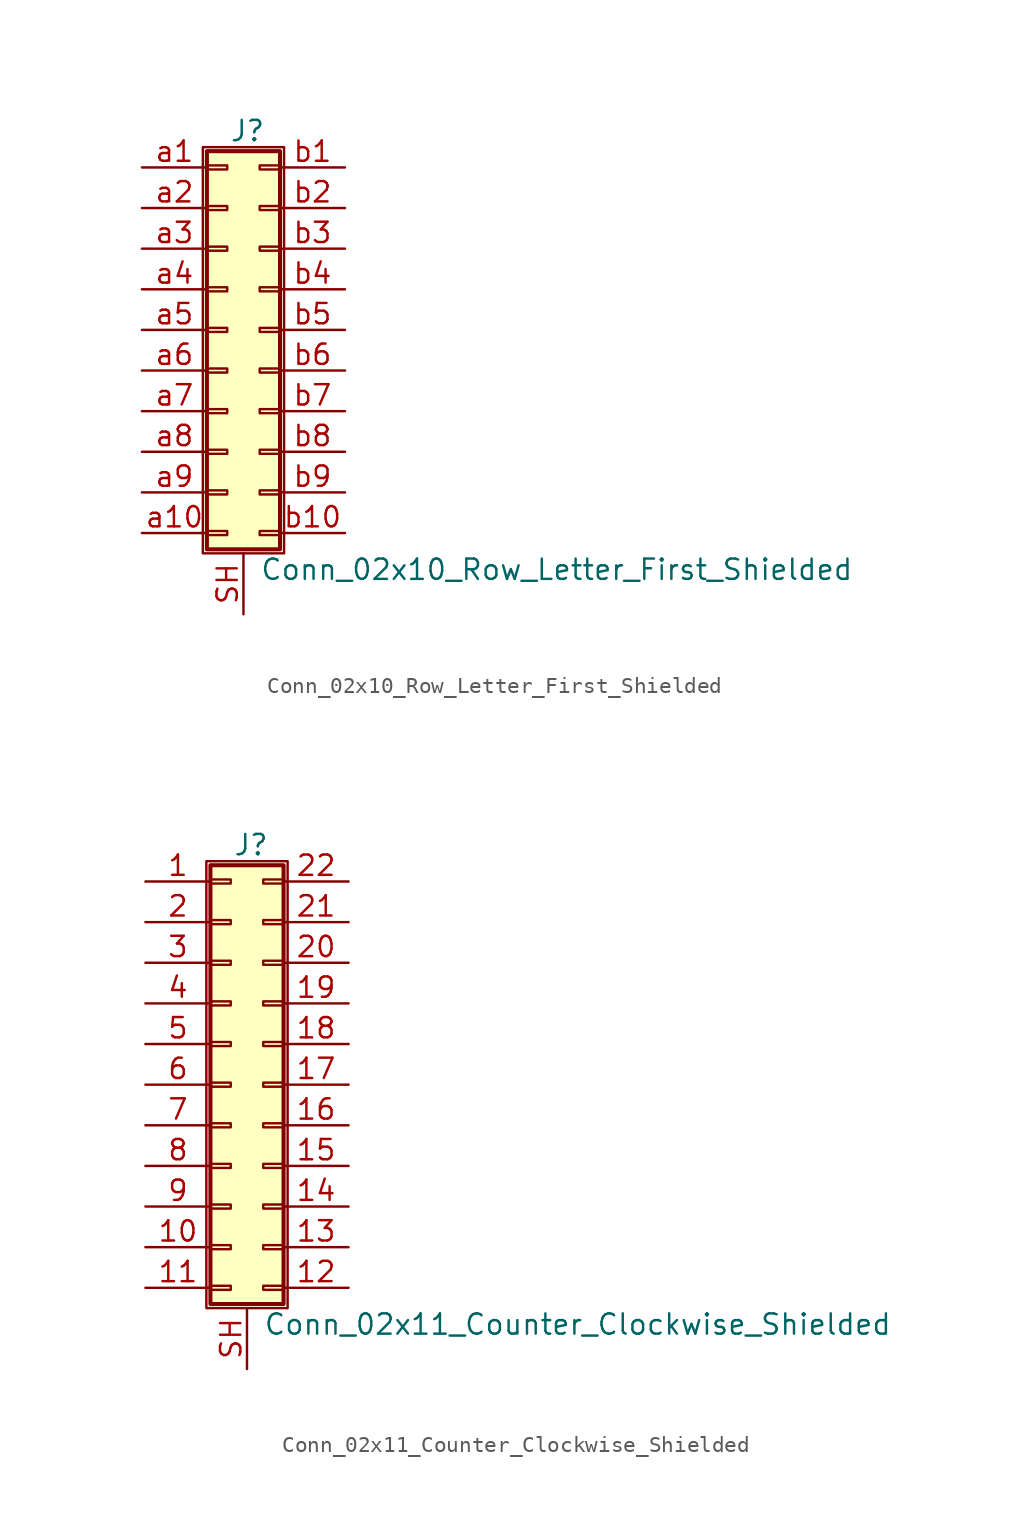
<source format=kicad_sym>
(kicad_symbol_lib
  (version 20211014)
  (generator kicad_symbol_editor)
  (symbol "Conn_02x10_Row_Letter_First_Shielded"
    (pin_names
      (offset 1.016) hide)
    (property "Reference" "J"
      (at 1.524 12.446 0)
      (effects (font (size 1.27 1.27))))
    (property "Value" "Conn_02x10_Row_Letter_First_Shielded"
      (at 2.286 -14.986 0)
      (effects (font (size 1.27 1.27)) (justify left)))
    (symbol "Conn_02x10_Row_Letter_First_Shielded_1_1"
      (rectangle (start -1.27 11.43) (end 3.81 -13.97) (stroke (width 0.152) (type default) (color 0 0 0 0)) (fill (type none)))
      (rectangle (start -1.016 -12.573) (end 0.254 -12.827) (stroke (width 0.152) (type default) (color 0 0 0 0)) (fill (type none)))
      (rectangle (start -1.016 -10.033) (end 0.254 -10.287) (stroke (width 0.152) (type default) (color 0 0 0 0)) (fill (type none)))
      (rectangle (start -1.016 -7.493) (end 0.254 -7.747) (stroke (width 0.152) (type default) (color 0 0 0 0)) (fill (type none)))
      (rectangle (start -1.016 -4.953) (end 0.254 -5.207) (stroke (width 0.152) (type default) (color 0 0 0 0)) (fill (type none)))
      (rectangle (start -1.016 -2.413) (end 0.254 -2.667) (stroke (width 0.152) (type default) (color 0 0 0 0)) (fill (type none)))
      (rectangle (start -1.016 0.127) (end 0.254 -0.127) (stroke (width 0.152) (type default) (color 0 0 0 0)) (fill (type none)))
      (rectangle (start -1.016 2.667) (end 0.254 2.413) (stroke (width 0.152) (type default) (color 0 0 0 0)) (fill (type none)))
      (rectangle (start -1.016 5.207) (end 0.254 4.953) (stroke (width 0.152) (type default) (color 0 0 0 0)) (fill (type none)))
      (rectangle (start -1.016 7.747) (end 0.254 7.493) (stroke (width 0.152) (type default) (color 0 0 0 0)) (fill (type none)))
      (rectangle (start -1.016 10.287) (end 0.254 10.033) (stroke (width 0.152) (type default) (color 0 0 0 0)) (fill (type none)))
      (rectangle (start -1.016 11.176) (end 3.556 -13.716) (stroke (width 0.254) (type default) (color 0 0 0 0)) (fill (type background)))
      (rectangle (start 3.556 -12.573) (end 2.286 -12.827) (stroke (width 0.152) (type default) (color 0 0 0 0)) (fill (type none)))
      (rectangle (start 3.556 -10.033) (end 2.286 -10.287) (stroke (width 0.152) (type default) (color 0 0 0 0)) (fill (type none)))
      (rectangle (start 3.556 -7.493) (end 2.286 -7.747) (stroke (width 0.152) (type default) (color 0 0 0 0)) (fill (type none)))
      (rectangle (start 3.556 -4.953) (end 2.286 -5.207) (stroke (width 0.152) (type default) (color 0 0 0 0)) (fill (type none)))
      (rectangle (start 3.556 -2.413) (end 2.286 -2.667) (stroke (width 0.152) (type default) (color 0 0 0 0)) (fill (type none)))
      (rectangle (start 3.556 0.127) (end 2.286 -0.127) (stroke (width 0.152) (type default) (color 0 0 0 0)) (fill (type none)))
      (rectangle (start 3.556 2.667) (end 2.286 2.413) (stroke (width 0.152) (type default) (color 0 0 0 0)) (fill (type none)))
      (rectangle (start 3.556 5.207) (end 2.286 4.953) (stroke (width 0.152) (type default) (color 0 0 0 0)) (fill (type none)))
      (rectangle (start 3.556 7.747) (end 2.286 7.493) (stroke (width 0.152) (type default) (color 0 0 0 0)) (fill (type none)))
      (rectangle (start 3.556 10.287) (end 2.286 10.033) (stroke (width 0.152) (type default) (color 0 0 0 0)) (fill (type none)))
      (pin passive line (at 1.27 -17.78 90) (length 3.81) (name "Shield" (effects (font (size 1.27 1.27)))) (number "SH" (effects (font (size 1.27 1.27)))))
      (pin passive line (at -5.08 10.16 0) (length 4.064) (name "Pin_a1" (effects (font (size 1.27 1.27)))) (number "a1" (effects (font (size 1.27 1.27)))))
      (pin passive line (at -5.08 -12.7 0) (length 4.064) (name "Pin_a10" (effects (font (size 1.27 1.27)))) (number "a10" (effects (font (size 1.27 1.27)))))
      (pin passive line (at -5.08 7.62 0) (length 4.064) (name "Pin_a2" (effects (font (size 1.27 1.27)))) (number "a2" (effects (font (size 1.27 1.27)))))
      (pin passive line (at -5.08 5.08 0) (length 4.064) (name "Pin_a3" (effects (font (size 1.27 1.27)))) (number "a3" (effects (font (size 1.27 1.27)))))
      (pin passive line (at -5.08 2.54 0) (length 4.064) (name "Pin_a4" (effects (font (size 1.27 1.27)))) (number "a4" (effects (font (size 1.27 1.27)))))
      (pin passive line (at -5.08 0 0) (length 4.064) (name "Pin_a5" (effects (font (size 1.27 1.27)))) (number "a5" (effects (font (size 1.27 1.27)))))
      (pin passive line (at -5.08 -2.54 0) (length 4.064) (name "Pin_a6" (effects (font (size 1.27 1.27)))) (number "a6" (effects (font (size 1.27 1.27)))))
      (pin passive line (at -5.08 -5.08 0) (length 4.064) (name "Pin_a7" (effects (font (size 1.27 1.27)))) (number "a7" (effects (font (size 1.27 1.27)))))
      (pin passive line (at -5.08 -7.62 0) (length 4.064) (name "Pin_a8" (effects (font (size 1.27 1.27)))) (number "a8" (effects (font (size 1.27 1.27)))))
      (pin passive line (at -5.08 -10.16 0) (length 4.064) (name "Pin_a9" (effects (font (size 1.27 1.27)))) (number "a9" (effects (font (size 1.27 1.27)))))
      (pin passive line (at 7.62 10.16 180) (length 4.064) (name "Pin_b1" (effects (font (size 1.27 1.27)))) (number "b1" (effects (font (size 1.27 1.27)))))
      (pin passive line (at 7.62 -12.7 180) (length 4.064) (name "Pin_b10" (effects (font (size 1.27 1.27)))) (number "b10" (effects (font (size 1.27 1.27)))))
      (pin passive line (at 7.62 7.62 180) (length 4.064) (name "Pin_b2" (effects (font (size 1.27 1.27)))) (number "b2" (effects (font (size 1.27 1.27)))))
      (pin passive line (at 7.62 5.08 180) (length 4.064) (name "Pin_b3" (effects (font (size 1.27 1.27)))) (number "b3" (effects (font (size 1.27 1.27)))))
      (pin passive line (at 7.62 2.54 180) (length 4.064) (name "Pin_b4" (effects (font (size 1.27 1.27)))) (number "b4" (effects (font (size 1.27 1.27)))))
      (pin passive line (at 7.62 0 180) (length 4.064) (name "Pin_b5" (effects (font (size 1.27 1.27)))) (number "b5" (effects (font (size 1.27 1.27)))))
      (pin passive line (at 7.62 -2.54 180) (length 4.064) (name "Pin_b6" (effects (font (size 1.27 1.27)))) (number "b6" (effects (font (size 1.27 1.27)))))
      (pin passive line (at 7.62 -5.08 180) (length 4.064) (name "Pin_b7" (effects (font (size 1.27 1.27)))) (number "b7" (effects (font (size 1.27 1.27)))))
      (pin passive line (at 7.62 -7.62 180) (length 4.064) (name "Pin_b8" (effects (font (size 1.27 1.27)))) (number "b8" (effects (font (size 1.27 1.27)))))
      (pin passive line (at 7.62 -10.16 180) (length 4.064) (name "Pin_b9" (effects (font (size 1.27 1.27)))) (number "b9" (effects (font (size 1.27 1.27)))))))
  (symbol "Conn_02x11_Counter_Clockwise_Shielded"
    (pin_names
      (offset 1.016) hide)
    (property "Reference" "J"
      (at 1.524 14.986 0)
      (effects (font (size 1.27 1.27))))
    (property "Value" "Conn_02x11_Counter_Clockwise_Shielded"
      (at 2.286 -14.986 0)
      (effects (font (size 1.27 1.27)) (justify left)))
    (symbol "Conn_02x11_Counter_Clockwise_Shielded_1_1"
      (rectangle (start -1.27 13.97) (end 3.81 -13.97) (stroke (width 0.152) (type default) (color 0 0 0 0)) (fill (type none)))
      (rectangle (start -1.016 -12.573) (end 0.254 -12.827) (stroke (width 0.152) (type default) (color 0 0 0 0)) (fill (type none)))
      (rectangle (start -1.016 -10.033) (end 0.254 -10.287) (stroke (width 0.152) (type default) (color 0 0 0 0)) (fill (type none)))
      (rectangle (start -1.016 -7.493) (end 0.254 -7.747) (stroke (width 0.152) (type default) (color 0 0 0 0)) (fill (type none)))
      (rectangle (start -1.016 -4.953) (end 0.254 -5.207) (stroke (width 0.152) (type default) (color 0 0 0 0)) (fill (type none)))
      (rectangle (start -1.016 -2.413) (end 0.254 -2.667) (stroke (width 0.152) (type default) (color 0 0 0 0)) (fill (type none)))
      (rectangle (start -1.016 0.127) (end 0.254 -0.127) (stroke (width 0.152) (type default) (color 0 0 0 0)) (fill (type none)))
      (rectangle (start -1.016 2.667) (end 0.254 2.413) (stroke (width 0.152) (type default) (color 0 0 0 0)) (fill (type none)))
      (rectangle (start -1.016 5.207) (end 0.254 4.953) (stroke (width 0.152) (type default) (color 0 0 0 0)) (fill (type none)))
      (rectangle (start -1.016 7.747) (end 0.254 7.493) (stroke (width 0.152) (type default) (color 0 0 0 0)) (fill (type none)))
      (rectangle (start -1.016 10.287) (end 0.254 10.033) (stroke (width 0.152) (type default) (color 0 0 0 0)) (fill (type none)))
      (rectangle (start -1.016 12.827) (end 0.254 12.573) (stroke (width 0.152) (type default) (color 0 0 0 0)) (fill (type none)))
      (rectangle (start -1.016 13.716) (end 3.556 -13.716) (stroke (width 0.254) (type default) (color 0 0 0 0)) (fill (type background)))
      (rectangle (start 3.556 -12.573) (end 2.286 -12.827) (stroke (width 0.152) (type default) (color 0 0 0 0)) (fill (type none)))
      (rectangle (start 3.556 -10.033) (end 2.286 -10.287) (stroke (width 0.152) (type default) (color 0 0 0 0)) (fill (type none)))
      (rectangle (start 3.556 -7.493) (end 2.286 -7.747) (stroke (width 0.152) (type default) (color 0 0 0 0)) (fill (type none)))
      (rectangle (start 3.556 -4.953) (end 2.286 -5.207) (stroke (width 0.152) (type default) (color 0 0 0 0)) (fill (type none)))
      (rectangle (start 3.556 -2.413) (end 2.286 -2.667) (stroke (width 0.152) (type default) (color 0 0 0 0)) (fill (type none)))
      (rectangle (start 3.556 0.127) (end 2.286 -0.127) (stroke (width 0.152) (type default) (color 0 0 0 0)) (fill (type none)))
      (rectangle (start 3.556 2.667) (end 2.286 2.413) (stroke (width 0.152) (type default) (color 0 0 0 0)) (fill (type none)))
      (rectangle (start 3.556 5.207) (end 2.286 4.953) (stroke (width 0.152) (type default) (color 0 0 0 0)) (fill (type none)))
      (rectangle (start 3.556 7.747) (end 2.286 7.493) (stroke (width 0.152) (type default) (color 0 0 0 0)) (fill (type none)))
      (rectangle (start 3.556 10.287) (end 2.286 10.033) (stroke (width 0.152) (type default) (color 0 0 0 0)) (fill (type none)))
      (rectangle (start 3.556 12.827) (end 2.286 12.573) (stroke (width 0.152) (type default) (color 0 0 0 0)) (fill (type none)))
      (pin passive line (at -5.08 12.7 0) (length 4.064) (name "Pin_1" (effects (font (size 1.27 1.27)))) (number "1" (effects (font (size 1.27 1.27)))))
      (pin passive line (at -5.08 -10.16 0) (length 4.064) (name "Pin_10" (effects (font (size 1.27 1.27)))) (number "10" (effects (font (size 1.27 1.27)))))
      (pin passive line (at -5.08 -12.7 0) (length 4.064) (name "Pin_11" (effects (font (size 1.27 1.27)))) (number "11" (effects (font (size 1.27 1.27)))))
      (pin passive line (at 7.62 -12.7 180) (length 4.064) (name "Pin_12" (effects (font (size 1.27 1.27)))) (number "12" (effects (font (size 1.27 1.27)))))
      (pin passive line (at 7.62 -10.16 180) (length 4.064) (name "Pin_13" (effects (font (size 1.27 1.27)))) (number "13" (effects (font (size 1.27 1.27)))))
      (pin passive line (at 7.62 -7.62 180) (length 4.064) (name "Pin_14" (effects (font (size 1.27 1.27)))) (number "14" (effects (font (size 1.27 1.27)))))
      (pin passive line (at 7.62 -5.08 180) (length 4.064) (name "Pin_15" (effects (font (size 1.27 1.27)))) (number "15" (effects (font (size 1.27 1.27)))))
      (pin passive line (at 7.62 -2.54 180) (length 4.064) (name "Pin_16" (effects (font (size 1.27 1.27)))) (number "16" (effects (font (size 1.27 1.27)))))
      (pin passive line (at 7.62 0 180) (length 4.064) (name "Pin_17" (effects (font (size 1.27 1.27)))) (number "17" (effects (font (size 1.27 1.27)))))
      (pin passive line (at 7.62 2.54 180) (length 4.064) (name "Pin_18" (effects (font (size 1.27 1.27)))) (number "18" (effects (font (size 1.27 1.27)))))
      (pin passive line (at 7.62 5.08 180) (length 4.064) (name "Pin_19" (effects (font (size 1.27 1.27)))) (number "19" (effects (font (size 1.27 1.27)))))
      (pin passive line (at -5.08 10.16 0) (length 4.064) (name "Pin_2" (effects (font (size 1.27 1.27)))) (number "2" (effects (font (size 1.27 1.27)))))
      (pin passive line (at 7.62 7.62 180) (length 4.064) (name "Pin_20" (effects (font (size 1.27 1.27)))) (number "20" (effects (font (size 1.27 1.27)))))
      (pin passive line (at 7.62 10.16 180) (length 4.064) (name "Pin_21" (effects (font (size 1.27 1.27)))) (number "21" (effects (font (size 1.27 1.27)))))
      (pin passive line (at 7.62 12.7 180) (length 4.064) (name "Pin_22" (effects (font (size 1.27 1.27)))) (number "22" (effects (font (size 1.27 1.27)))))
      (pin passive line (at -5.08 7.62 0) (length 4.064) (name "Pin_3" (effects (font (size 1.27 1.27)))) (number "3" (effects (font (size 1.27 1.27)))))
      (pin passive line (at -5.08 5.08 0) (length 4.064) (name "Pin_4" (effects (font (size 1.27 1.27)))) (number "4" (effects (font (size 1.27 1.27)))))
      (pin passive line (at -5.08 2.54 0) (length 4.064) (name "Pin_5" (effects (font (size 1.27 1.27)))) (number "5" (effects (font (size 1.27 1.27)))))
      (pin passive line (at -5.08 0 0) (length 4.064) (name "Pin_6" (effects (font (size 1.27 1.27)))) (number "6" (effects (font (size 1.27 1.27)))))
      (pin passive line (at -5.08 -2.54 0) (length 4.064) (name "Pin_7" (effects (font (size 1.27 1.27)))) (number "7" (effects (font (size 1.27 1.27)))))
      (pin passive line (at -5.08 -5.08 0) (length 4.064) (name "Pin_8" (effects (font (size 1.27 1.27)))) (number "8" (effects (font (size 1.27 1.27)))))
      (pin passive line (at -5.08 -7.62 0) (length 4.064) (name "Pin_9" (effects (font (size 1.27 1.27)))) (number "9" (effects (font (size 1.27 1.27)))))
      (pin passive line (at 1.27 -17.78 90) (length 3.81) (name "Shield" (effects (font (size 1.27 1.27)))) (number "SH" (effects (font (size 1.27 1.27))))))))
</source>
